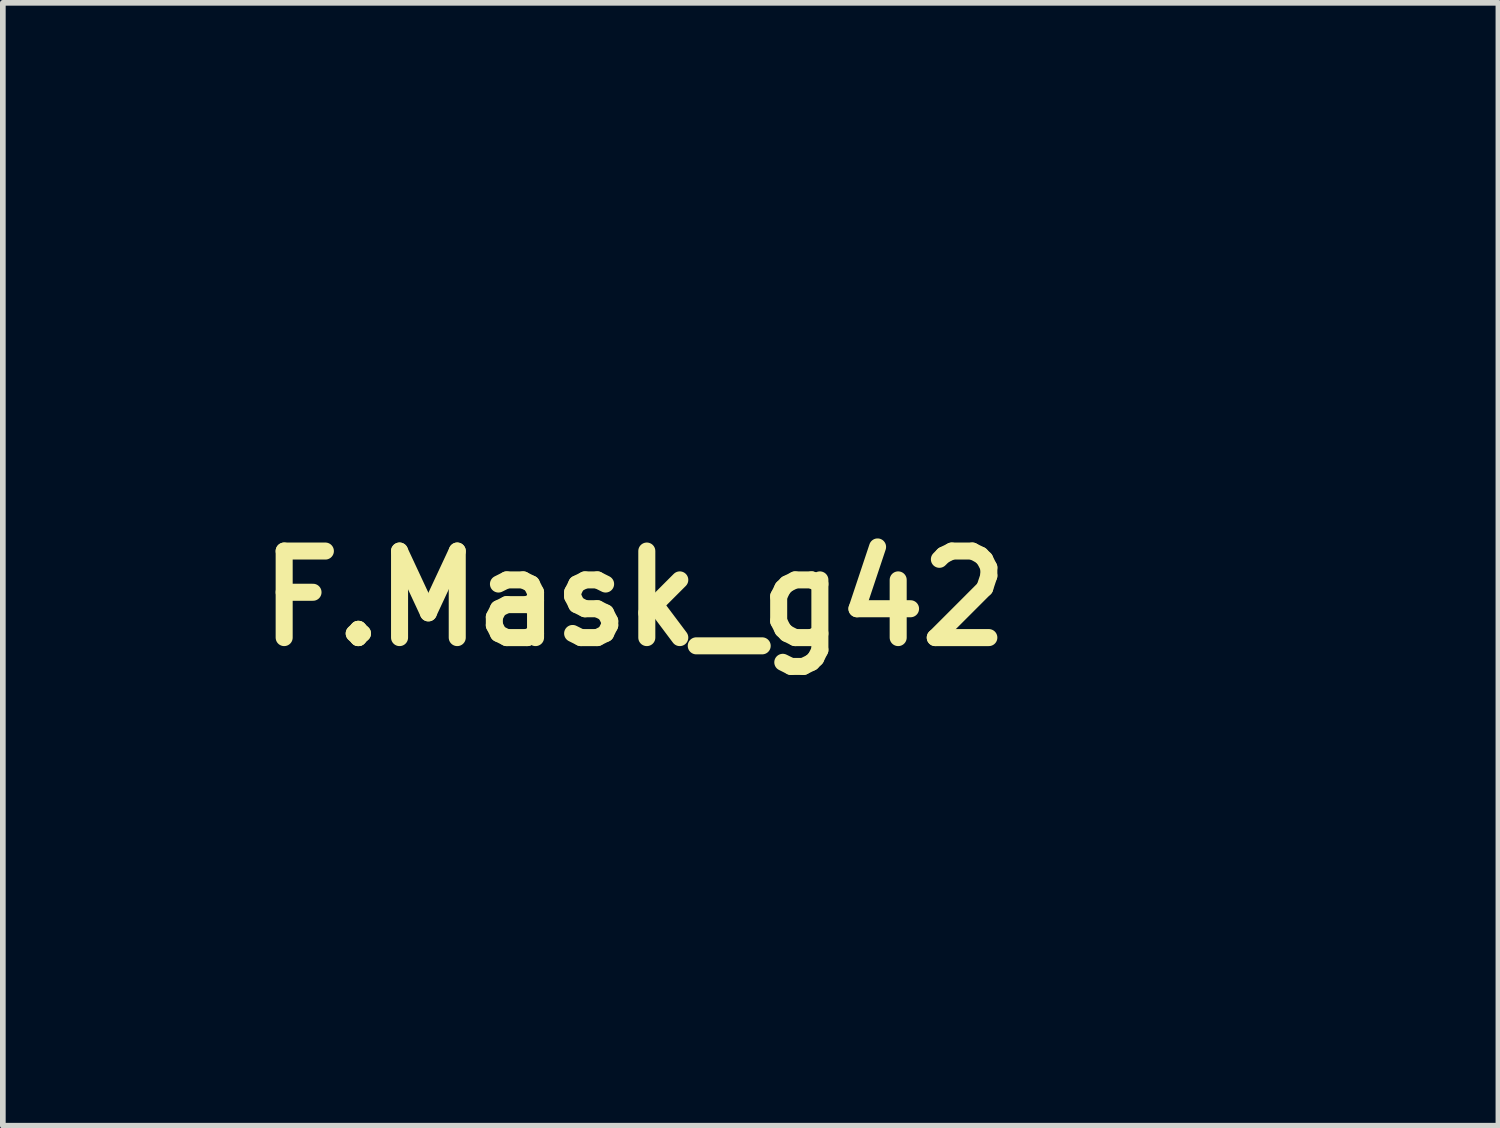
<source format=kicad_pcb>
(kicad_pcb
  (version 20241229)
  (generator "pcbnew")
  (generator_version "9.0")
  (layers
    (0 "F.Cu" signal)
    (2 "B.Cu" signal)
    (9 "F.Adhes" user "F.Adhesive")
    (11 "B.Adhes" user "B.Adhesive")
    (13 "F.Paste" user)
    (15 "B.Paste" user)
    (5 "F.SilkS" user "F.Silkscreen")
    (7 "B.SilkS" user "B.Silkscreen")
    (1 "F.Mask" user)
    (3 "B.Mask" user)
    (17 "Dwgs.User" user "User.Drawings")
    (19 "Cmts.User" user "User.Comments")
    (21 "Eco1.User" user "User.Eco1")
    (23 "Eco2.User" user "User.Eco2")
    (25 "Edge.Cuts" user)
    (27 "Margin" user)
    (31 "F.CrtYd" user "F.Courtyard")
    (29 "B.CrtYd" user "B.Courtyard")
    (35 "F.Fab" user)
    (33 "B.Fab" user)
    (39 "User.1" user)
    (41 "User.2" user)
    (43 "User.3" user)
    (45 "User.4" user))
  (footprint "F.Mask_g42"
    (layer "F.Cu")
    (at 8.123 7.489)
    (property "Reference" "F.Mask_g42" (at 0 0 0) (layer "F.SilkS") (effects (font (size 1.524 1.524) (thickness 0.3))))
    (attr through_hole)
    (fp_poly (pts (xy -5.484 -7.466) (xy -5.048 -7.408) (xy -4.623 -7.31) (xy -4.207 -7.172) (xy -3.798 -6.994) (xy -3.395 -6.776) (xy -3.192 -6.649) (xy -2.932 -6.473) (xy -2.688 -6.298) (xy -2.454 -6.118) (xy -2.222 -5.925) (xy -1.986 -5.716) (xy -1.739 -5.483) (xy -1.491 -5.24) (xy -1.361 -5.109) (xy -1.242 -4.988) (xy -1.131 -4.873) (xy -1.025 -4.76) (xy -0.921 -4.646) (xy -0.815 -4.527) (xy -0.704 -4.399) (xy -0.585 -4.257) (xy -0.454 -4.099) (xy -0.308 -3.921) (xy -0.143 -3.718) (xy 0.044 -3.486) (xy 0.107 -3.408) (xy 0.467 -2.962) (xy 0.803 -2.548) (xy 1.12 -2.162) (xy 1.417 -1.803) (xy 1.699 -1.469) (xy 1.966 -1.155) (xy 2.222 -0.86) (xy 2.468 -0.582) (xy 2.706 -0.317) (xy 2.939 -0.064) (xy 3.169 0.181) (xy 3.398 0.419) (xy 3.461 0.484) (xy 3.704 0.72) (xy 3.936 0.917) (xy 4.16 1.077) (xy 4.377 1.202) (xy 4.59 1.292) (xy 4.699 1.326) (xy 4.851 1.354) (xy 5.026 1.364) (xy 5.211 1.359) (xy 5.39 1.336) (xy 5.535 1.303) (xy 5.607 1.281) (xy 5.676 1.257) (xy 5.746 1.232) (xy 5.818 1.202) (xy 5.894 1.167) (xy 5.977 1.126) (xy 6.068 1.077) (xy 6.172 1.018) (xy 6.288 0.949) (xy 6.42 0.868) (xy 6.571 0.774) (xy 6.742 0.665) (xy 6.935 0.54) (xy 7.153 0.397) (xy 7.398 0.236) (xy 7.672 0.055) (xy 7.978 -0.148) (xy 8.17 -0.275) (xy 8.508 -0.499) (xy 8.812 -0.7) (xy 9.085 -0.881) (xy 9.328 -1.042) (xy 9.545 -1.184) (xy 9.737 -1.31) (xy 9.906 -1.42) (xy 10.055 -1.516) (xy 10.184 -1.598) (xy 10.297 -1.669) (xy 10.394 -1.73) (xy 10.48 -1.781) (xy 10.554 -1.825) (xy 10.62 -1.862) (xy 10.68 -1.894) (xy 10.735 -1.923) (xy 10.763 -1.936) (xy 10.905 -2.004) (xy 11.019 -2.053) (xy 11.113 -2.086) (xy 11.196 -2.106) (xy 11.275 -2.114) (xy 11.361 -2.114) (xy 11.386 -2.112) (xy 11.534 -2.092) (xy 11.666 -2.046) (xy 11.792 -1.971) (xy 11.92 -1.861) (xy 11.939 -1.842) (xy 12.069 -1.688) (xy 12.158 -1.528) (xy 12.205 -1.362) (xy 12.21 -1.192) (xy 12.182 -1.046) (xy 12.152 -0.955) (xy 12.106 -0.834) (xy 12.048 -0.69) (xy 11.981 -0.53) (xy 11.907 -0.364) (xy 11.831 -0.197) (xy 11.756 -0.037) (xy 11.711 0.053) (xy 11.534 0.391) (xy 11.356 0.695) (xy 11.172 0.97) (xy 10.978 1.224) (xy 10.77 1.463) (xy 10.637 1.601) (xy 10.452 1.78) (xy 10.278 1.932) (xy 10.104 2.066) (xy 9.917 2.192) (xy 9.849 2.235) (xy 9.609 2.384) (xy 9.393 2.526) (xy 9.202 2.657) (xy 9.04 2.776) (xy 8.91 2.881) (xy 8.813 2.969) (xy 8.785 2.999) (xy 8.717 3.095) (xy 8.666 3.202) (xy 8.639 3.306) (xy 8.636 3.344) (xy 8.653 3.457) (xy 8.706 3.592) (xy 8.792 3.75) (xy 8.912 3.928) (xy 9.065 4.127) (xy 9.25 4.346) (xy 9.467 4.584) (xy 9.488 4.606) (xy 9.582 4.705) (xy 9.649 4.78) (xy 9.695 4.838) (xy 9.724 4.883) (xy 9.74 4.921) (xy 9.747 4.949) (xy 9.754 5.018) (xy 9.744 5.059) (xy 9.708 5.076) (xy 9.64 5.076) (xy 9.604 5.072) (xy 9.469 5.048) (xy 9.303 4.999) (xy 9.105 4.926) (xy 8.875 4.828) (xy 8.613 4.705) (xy 8.562 4.68) (xy 8.392 4.596) (xy 8.234 4.515) (xy 8.082 4.434) (xy 7.931 4.35) (xy 7.776 4.259) (xy 7.612 4.16) (xy 7.432 4.047) (xy 7.231 3.919) (xy 7.005 3.771) (xy 6.858 3.675) (xy 6.625 3.523) (xy 6.422 3.394) (xy 6.245 3.285) (xy 6.088 3.194) (xy 5.948 3.119) (xy 5.821 3.057) (xy 5.702 3.006) (xy 5.587 2.963) (xy 5.535 2.946) (xy 5.23 2.863) (xy 4.931 2.814) (xy 4.632 2.798) (xy 4.328 2.815) (xy 4.014 2.867) (xy 3.682 2.952) (xy 3.514 3.005) (xy 3.149 3.137) (xy 2.774 3.293) (xy 2.387 3.473) (xy 1.985 3.678) (xy 1.567 3.91) (xy 1.13 4.17) (xy 0.672 4.458) (xy 0.192 4.777) (xy -0.313 5.127) (xy -0.413 5.198) (xy -0.673 5.381) (xy -0.904 5.541) (xy -1.109 5.678) (xy -1.293 5.795) (xy -1.459 5.894) (xy -1.611 5.977) (xy -1.753 6.046) (xy -1.889 6.104) (xy -2.023 6.152) (xy -2.158 6.192) (xy -2.298 6.226) (xy -2.328 6.233) (xy -2.403 6.245) (xy -2.511 6.255) (xy -2.642 6.264) (xy -2.786 6.272) (xy -2.935 6.277) (xy -3.079 6.28) (xy -3.209 6.279) (xy -3.314 6.276) (xy -3.36 6.272) (xy -3.415 6.264) (xy -3.446 6.252) (xy -3.449 6.248) (xy -3.432 6.233) (xy -3.384 6.197) (xy -3.309 6.143) (xy -3.212 6.074) (xy -3.097 5.993) (xy -2.967 5.902) (xy -2.883 5.844) (xy -2.509 5.587) (xy -2.151 5.34) (xy -1.81 5.104) (xy -1.487 4.88) (xy -1.184 4.669) (xy -0.901 4.473) (xy -0.641 4.291) (xy -0.405 4.126) (xy -0.194 3.978) (xy -0.009 3.848) (xy 0.147 3.737) (xy 0.273 3.646) (xy 0.369 3.576) (xy 0.432 3.528) (xy 0.458 3.507) (xy 0.572 3.379) (xy 0.648 3.241) (xy 0.684 3.095) (xy 0.687 3.037) (xy 0.668 2.875) (xy 0.616 2.727) (xy 0.538 2.607) (xy 0.504 2.57) (xy 0.467 2.537) (xy 0.423 2.505) (xy 0.369 2.474) (xy 0.301 2.443) (xy 0.217 2.411) (xy 0.112 2.376) (xy -0.015 2.337) (xy -0.17 2.294) (xy -0.354 2.244) (xy -0.572 2.187) (xy -0.826 2.122) (xy -0.931 2.095) (xy -1.146 2.04) (xy -1.354 1.986) (xy -1.551 1.935) (xy -1.732 1.887) (xy -1.891 1.845) (xy -2.026 1.808) (xy -2.13 1.779) (xy -2.199 1.759) (xy -2.212 1.755) (xy -2.366 1.697) (xy -2.538 1.622) (xy -2.715 1.535) (xy -2.886 1.442) (xy -3.037 1.35) (xy -3.134 1.282) (xy -3.366 1.086) (xy -3.583 0.859) (xy -3.779 0.61) (xy -3.944 0.349) (xy -4.019 0.207) (xy -4.057 0.128) (xy -4.108 0.021) (xy -4.167 -0.102) (xy -4.229 -0.231) (xy -4.27 -0.318) (xy -4.423 -0.619) (xy -4.579 -0.888) (xy -4.742 -1.133) (xy -4.92 -1.364) (xy -5.118 -1.589) (xy -5.122 -1.592) (xy -5.401 -1.863) (xy -5.714 -2.114) (xy -6.052 -2.342) (xy -6.408 -2.54) (xy -6.777 -2.706) (xy -6.811 -2.719) (xy -7.004 -2.798) (xy -7.159 -2.873) (xy -7.279 -2.945) (xy -7.366 -3.019) (xy -7.426 -3.096) (xy -7.459 -3.18) (xy -7.471 -3.273) (xy -7.471 -3.285) (xy -7.465 -3.361) (xy -7.446 -3.437) (xy -7.41 -3.515) (xy -7.356 -3.599) (xy -7.28 -3.693) (xy -7.18 -3.8) (xy -7.053 -3.924) (xy -6.897 -4.067) (xy -6.794 -4.16) (xy -6.612 -4.324) (xy -6.462 -4.466) (xy -6.34 -4.59) (xy -6.245 -4.7) (xy -6.174 -4.798) (xy -6.124 -4.887) (xy -6.093 -4.972) (xy -6.078 -5.056) (xy -6.075 -5.11) (xy -6.091 -5.218) (xy -6.141 -5.323) (xy -6.227 -5.431) (xy -6.284 -5.487) (xy -6.322 -5.521) (xy -6.364 -5.553) (xy -6.414 -5.587) (xy -6.476 -5.626) (xy -6.554 -5.67) (xy -6.653 -5.724) (xy -6.777 -5.788) (xy -6.929 -5.865) (xy -7.114 -5.958) (xy -7.182 -5.992) (xy -7.364 -6.084) (xy -7.532 -6.17) (xy -7.681 -6.249) (xy -7.808 -6.317) (xy -7.909 -6.373) (xy -7.98 -6.415) (xy -8.017 -6.441) (xy -8.017 -6.441) (xy -8.085 -6.533) (xy -8.118 -6.64) (xy -8.117 -6.756) (xy -8.085 -6.874) (xy -8.02 -6.986) (xy -7.935 -7.078) (xy -7.87 -7.126) (xy -7.792 -7.169) (xy -7.694 -7.208) (xy -7.571 -7.248) (xy -7.414 -7.289) (xy -7.355 -7.303) (xy -6.865 -7.402) (xy -6.391 -7.463) (xy -5.931 -7.484) (xy -5.484 -7.466)) (stroke (width 0.01) (type solid)) (fill yes) (layer "F.Mask")))
  (gr_rect
    (start -3 -3)
    (end 23.338 16.774)
    (stroke (width 0.1) (type default))
    (fill no)
    (layer "Edge.Cuts")))
</source>
